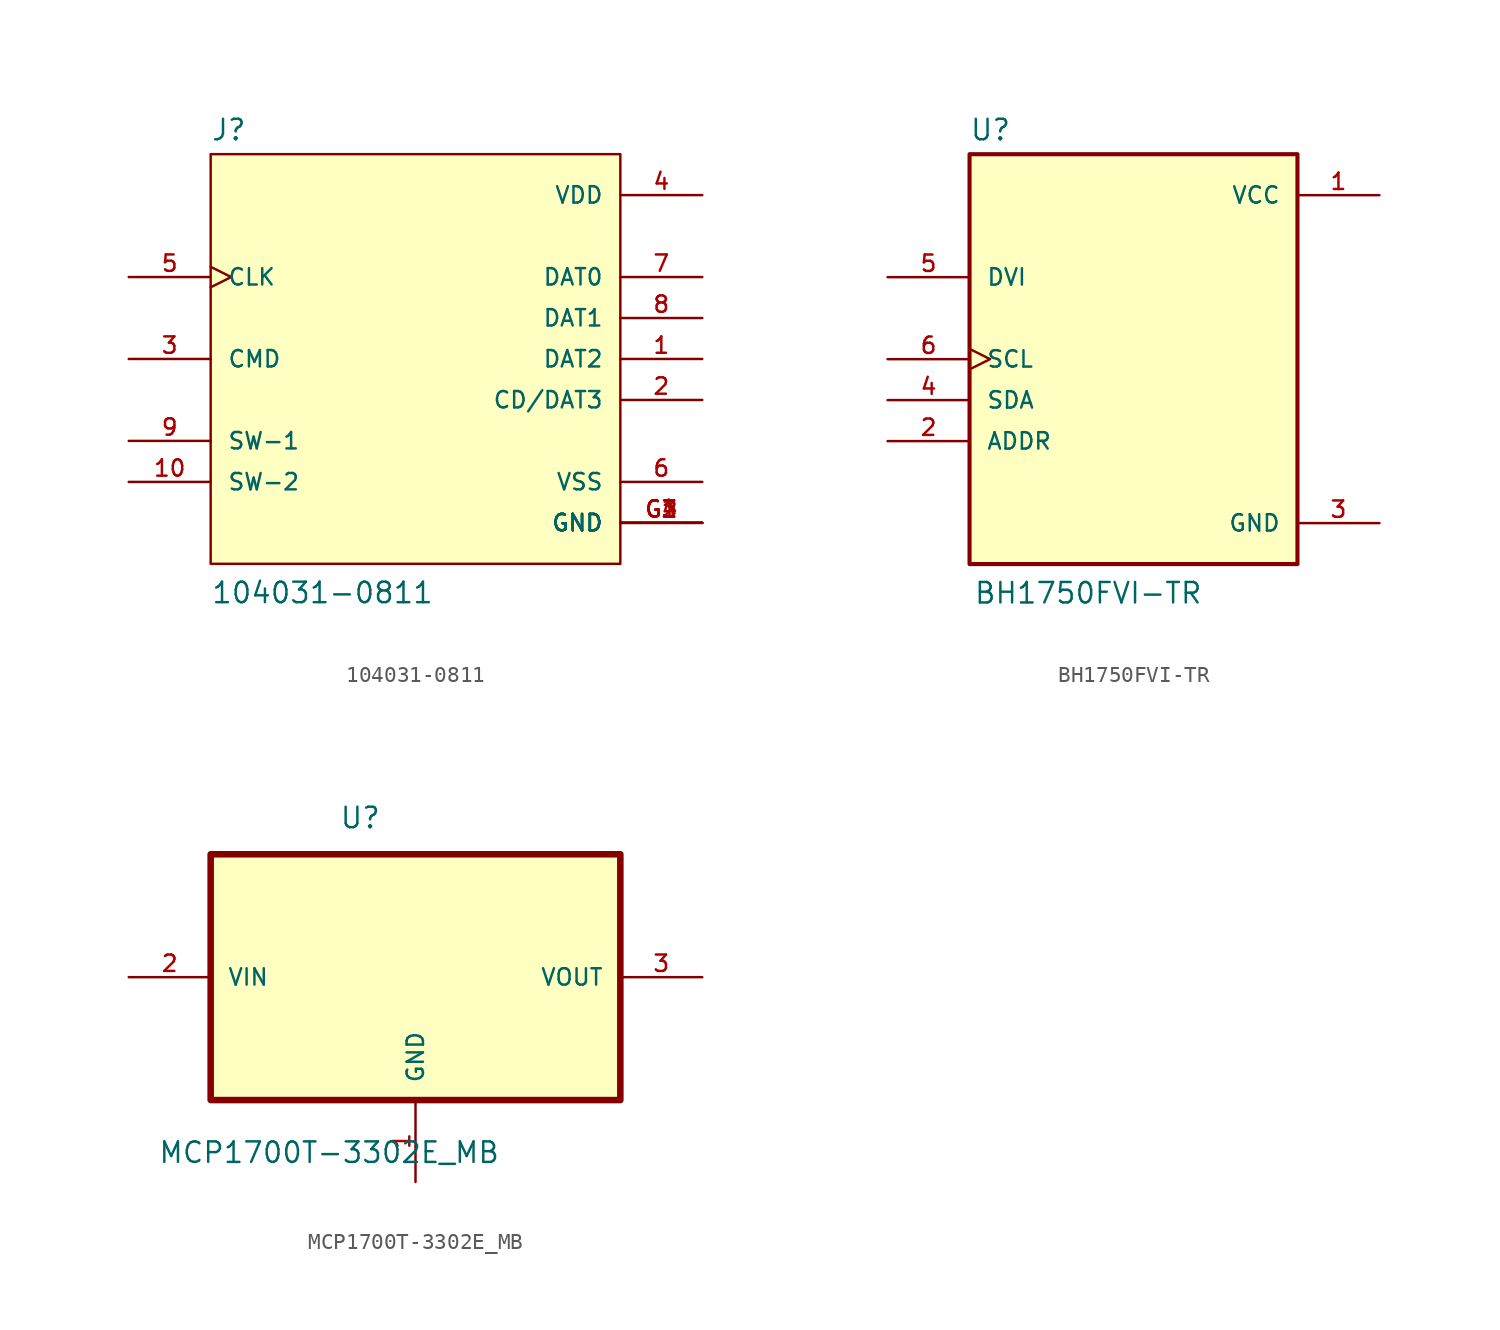
<source format=kicad_sym>
(kicad_symbol_lib
  (version 20241209)
  (generator "kicad_symbol_editor")
  (generator_version "9.0")
  (symbol "104031-0811"
    (pin_names
      (offset 1.016))
    (property "Reference" "J"
      (at -12.7 13.462 0)
      (effects (font (size 1.27 1.27)) (justify left bottom)))
    (property "Value" "104031-0811"
      (at -12.7 -15.24 0)
      (effects (font (size 1.27 1.27)) (justify left bottom)))
    (symbol "104031-0811_0_0"
      (rectangle (start -12.7 -12.7) (end 12.7 12.7) (stroke (width 0.152) (type default)) (fill (type background)))
      (pin input clock (at -17.78 5.08 0) (length 5.08) (name "CLK" (effects (font (size 1.016 1.016)))) (number "5" (effects (font (size 1.016 1.016)))))
      (pin bidirectional line (at -17.78 0 0) (length 5.08) (name "CMD" (effects (font (size 1.016 1.016)))) (number "3" (effects (font (size 1.016 1.016)))))
      (pin passive line (at -17.78 -5.08 0) (length 5.08) (name "SW-1" (effects (font (size 1.016 1.016)))) (number "9" (effects (font (size 1.016 1.016)))))
      (pin passive line (at -17.78 -7.62 0) (length 5.08) (name "SW-2" (effects (font (size 1.016 1.016)))) (number "10" (effects (font (size 1.016 1.016)))))
      (pin power_in line (at 17.78 10.16 180) (length 5.08) (name "VDD" (effects (font (size 1.016 1.016)))) (number "4" (effects (font (size 1.016 1.016)))))
      (pin bidirectional line (at 17.78 5.08 180) (length 5.08) (name "DAT0" (effects (font (size 1.016 1.016)))) (number "7" (effects (font (size 1.016 1.016)))))
      (pin bidirectional line (at 17.78 2.54 180) (length 5.08) (name "DAT1" (effects (font (size 1.016 1.016)))) (number "8" (effects (font (size 1.016 1.016)))))
      (pin bidirectional line (at 17.78 0 180) (length 5.08) (name "DAT2" (effects (font (size 1.016 1.016)))) (number "1" (effects (font (size 1.016 1.016)))))
      (pin bidirectional line (at 17.78 -2.54 180) (length 5.08) (name "CD/DAT3" (effects (font (size 1.016 1.016)))) (number "2" (effects (font (size 1.016 1.016)))))
      (pin power_in line (at 17.78 -7.62 180) (length 5.08) (name "VSS" (effects (font (size 1.016 1.016)))) (number "6" (effects (font (size 1.016 1.016)))))
      (pin power_in line (at 17.78 -10.16 180) (length 5.08) (name "GND" (effects (font (size 1.016 1.016)))) (number "G1" (effects (font (size 1.016 1.016)))))
      (pin power_in line (at 17.78 -10.16 180) (length 5.08) (name "GND" (effects (font (size 1.016 1.016)))) (number "G2" (effects (font (size 1.016 1.016)))))
      (pin power_in line (at 17.78 -10.16 180) (length 5.08) (name "GND" (effects (font (size 1.016 1.016)))) (number "G3" (effects (font (size 1.016 1.016)))))
      (pin power_in line (at 17.78 -10.16 180) (length 5.08) (name "GND" (effects (font (size 1.016 1.016)))) (number "G4" (effects (font (size 1.016 1.016)))))))
  (symbol "BH1750FVI-TR"
    (pin_names
      (offset 1.016))
    (property "Reference" "U"
      (at -10.174 13.462 0)
      (effects (font (size 1.27 1.27)) (justify left bottom)))
    (property "Value" "BH1750FVI-TR"
      (at -9.922 -15.24 0)
      (effects (font (size 1.27 1.27)) (justify left bottom)))
    (symbol "BH1750FVI-TR_0_0"
      (rectangle (start -10.16 -12.7) (end 10.16 12.7) (stroke (width 0.254) (type default)) (fill (type background)))
      (pin input line (at -15.24 5.08 0) (length 5.08) (name "DVI" (effects (font (size 1.016 1.016)))) (number "5" (effects (font (size 1.016 1.016)))))
      (pin input clock (at -15.24 0 0) (length 5.08) (name "SCL" (effects (font (size 1.016 1.016)))) (number "6" (effects (font (size 1.016 1.016)))))
      (pin bidirectional line (at -15.24 -2.54 0) (length 5.08) (name "SDA" (effects (font (size 1.016 1.016)))) (number "4" (effects (font (size 1.016 1.016)))))
      (pin input line (at -15.24 -5.08 0) (length 5.08) (name "ADDR" (effects (font (size 1.016 1.016)))) (number "2" (effects (font (size 1.016 1.016)))))
      (pin power_in line (at 15.24 10.16 180) (length 5.08) (name "VCC" (effects (font (size 1.016 1.016)))) (number "1" (effects (font (size 1.016 1.016)))))
      (pin power_in line (at 15.24 -10.16 180) (length 5.08) (name "GND" (effects (font (size 1.016 1.016)))) (number "3" (effects (font (size 1.016 1.016)))))))
  (symbol "MCP1700T-3302E_MB"
    (pin_names
      (offset 1.016))
    (property "Reference" "U"
      (at -4.733 9.136 0)
      (effects (font (size 1.27 1.27)) (justify left bottom)))
    (property "Value" "MCP1700T-3302E_MB"
      (at -15.976 -11.617 0)
      (effects (font (size 1.27 1.27)) (justify left bottom)))
    (symbol "MCP1700T-3302E_MB_0_0"
      (rectangle (start -12.7 -7.62) (end 12.7 7.62) (stroke (width 0.406) (type default)) (fill (type background)))
      (pin input line (at -17.78 0 0) (length 5.08) (name "VIN" (effects (font (size 1.016 1.016)))) (number "2" (effects (font (size 1.016 1.016)))))
      (pin passive line (at 0 -12.7 90) (length 5.08) (name "GND" (effects (font (size 1.016 1.016)))) (number "1" (effects (font (size 1.016 1.016)))))
      (pin output line (at 17.78 0 180) (length 5.08) (name "VOUT" (effects (font (size 1.016 1.016)))) (number "3" (effects (font (size 1.016 1.016))))))))
</source>
